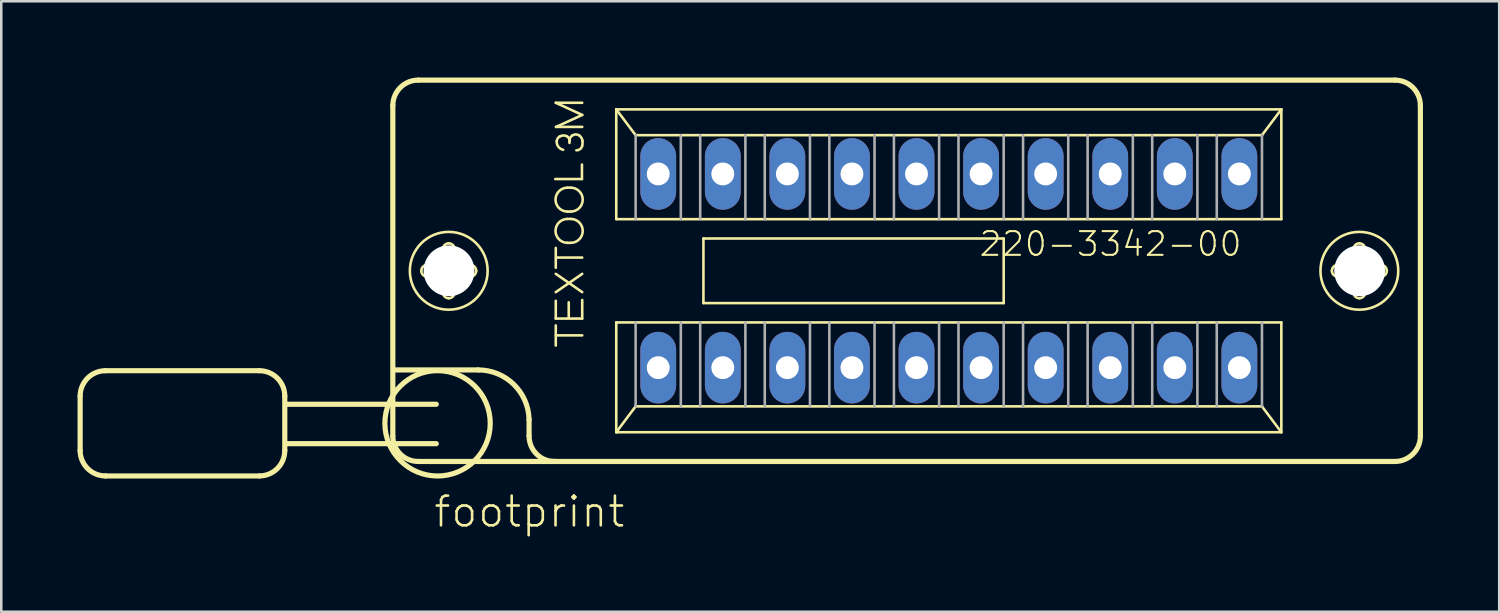
<source format=kicad_pcb>
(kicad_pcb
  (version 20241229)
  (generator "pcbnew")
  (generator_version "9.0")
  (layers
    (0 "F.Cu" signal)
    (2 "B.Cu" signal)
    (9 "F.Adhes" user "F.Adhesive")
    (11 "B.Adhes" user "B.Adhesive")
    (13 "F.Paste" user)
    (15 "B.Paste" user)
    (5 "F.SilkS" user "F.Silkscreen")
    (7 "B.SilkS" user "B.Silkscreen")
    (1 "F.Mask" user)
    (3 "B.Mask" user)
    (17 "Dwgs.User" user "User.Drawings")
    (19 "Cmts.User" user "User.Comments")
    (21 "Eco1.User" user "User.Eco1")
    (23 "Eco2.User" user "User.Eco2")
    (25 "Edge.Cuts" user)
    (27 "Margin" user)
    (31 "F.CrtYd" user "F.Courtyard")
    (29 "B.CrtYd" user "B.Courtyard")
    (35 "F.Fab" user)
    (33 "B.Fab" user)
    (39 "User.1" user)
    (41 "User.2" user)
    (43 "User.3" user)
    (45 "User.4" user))
  (footprint "footprint"
    (layer "F.Cu")
    (at 34.272 7.602)
    (property "Reference" "footprint" (at -20.32 10.16 0) (layer "F.SilkS") (effects (font (size 1.168 1.168) (thickness 0.102)) (justify left bottom)))
    (fp_line (start -34.17 4.93) (end -34.17 7.07) (stroke (width 0.203) (type solid)) (layer "F.SilkS"))
    (fp_line (start -33.17 3.93) (end -27.12 3.93) (stroke (width 0.203) (type solid)) (layer "F.SilkS"))
    (fp_line (start -27.12 8.07) (end -33.17 8.07) (stroke (width 0.203) (type solid)) (layer "F.SilkS"))
    (fp_line (start -26.12 4.93) (end -26.12 7.07) (stroke (width 0.203) (type solid)) (layer "F.SilkS"))
    (fp_line (start -21.87 6.5) (end -21.87 -6.5) (stroke (width 0.203) (type solid)) (layer "F.SilkS"))
    (fp_line (start -21.76 3.9) (end -18.51 3.9) (stroke (width 0.203) (type solid)) (layer "F.SilkS"))
    (fp_line (start -20.87 -7.5) (end 17.55 -7.5) (stroke (width 0.203) (type solid)) (layer "F.SilkS"))
    (fp_line (start -20.52 -0.23) (end -19.97 -0.23) (stroke (width 0.102) (type solid)) (layer "F.SilkS"))
    (fp_line (start -20.16 5.25) (end -26.07 5.25) (stroke (width 0.203) (type solid)) (layer "F.SilkS"))
    (fp_line (start -20.16 6.8) (end -26.07 6.8) (stroke (width 0.203) (type solid)) (layer "F.SilkS"))
    (fp_line (start -19.98 0.23) (end -20.52 0.23) (stroke (width 0.102) (type solid)) (layer "F.SilkS"))
    (fp_line (start -19.9 -0.31) (end -19.9 -0.85) (stroke (width 0.102) (type solid)) (layer "F.SilkS"))
    (fp_line (start -19.9 0.85) (end -19.9 0.3) (stroke (width 0.102) (type solid)) (layer "F.SilkS"))
    (fp_line (start -19.44 -0.85) (end -19.44 -0.3) (stroke (width 0.102) (type solid)) (layer "F.SilkS"))
    (fp_line (start -19.44 0.31) (end -19.44 0.85) (stroke (width 0.102) (type solid)) (layer "F.SilkS"))
    (fp_line (start -19.36 -0.23) (end -18.82 -0.23) (stroke (width 0.102) (type solid)) (layer "F.SilkS"))
    (fp_line (start -18.82 0.23) (end -19.37 0.23) (stroke (width 0.102) (type solid)) (layer "F.SilkS"))
    (fp_line (start -16.51 5.85) (end -16.51 6.5) (stroke (width 0.203) (type solid)) (layer "F.SilkS"))
    (fp_line (start -15.48 -3.61) (end -14.43 -3.61) (stroke (width 0.102) (type solid)) (layer "F.SilkS"))
    (fp_line (start -15.46 -6.61) (end -14.42 -6.61) (stroke (width 0.102) (type solid)) (layer "F.SilkS"))
    (fp_line (start -15.46 -0.12) (end -15.46 -0.9) (stroke (width 0.102) (type solid)) (layer "F.SilkS"))
    (fp_line (start -15.46 0.12) (end -14.42 0.84) (stroke (width 0.102) (type solid)) (layer "F.SilkS"))
    (fp_line (start -15.46 0.84) (end -14.42 0.12) (stroke (width 0.102) (type solid)) (layer "F.SilkS"))
    (fp_line (start -15.46 1.18) (end -15.46 1.88) (stroke (width 0.102) (type solid)) (layer "F.SilkS"))
    (fp_line (start -15.46 1.88) (end -14.42 1.88) (stroke (width 0.102) (type solid)) (layer "F.SilkS"))
    (fp_line (start -15.46 2.94) (end -15.46 2.15) (stroke (width 0.102) (type solid)) (layer "F.SilkS"))
    (fp_line (start -15.45 -5.66) (end -14.42 -6.13) (stroke (width 0.102) (type solid)) (layer "F.SilkS"))
    (fp_line (start -15.45 2.54) (end -14.42 2.54) (stroke (width 0.102) (type solid)) (layer "F.SilkS"))
    (fp_line (start -15.44 -0.52) (end -14.42 -0.52) (stroke (width 0.102) (type solid)) (layer "F.SilkS"))
    (fp_line (start -15 -3.27) (end -14.87 -3.27) (stroke (width 0.102) (type solid)) (layer "F.SilkS"))
    (fp_line (start -15 -2.33) (end -14.87 -2.33) (stroke (width 0.102) (type solid)) (layer "F.SilkS"))
    (fp_line (start -15 -2.04) (end -14.87 -2.04) (stroke (width 0.102) (type solid)) (layer "F.SilkS"))
    (fp_line (start -15 -1.1) (end -14.87 -1.1) (stroke (width 0.102) (type solid)) (layer "F.SilkS"))
    (fp_line (start -14.95 1.24) (end -14.95 1.84) (stroke (width 0.102) (type solid)) (layer "F.SilkS"))
    (fp_line (start -14.92 -5.03) (end -14.92 -5.12) (stroke (width 0.102) (type solid)) (layer "F.SilkS"))
    (fp_line (start -14.43 -3.61) (end -14.43 -4.18) (stroke (width 0.102) (type solid)) (layer "F.SilkS"))
    (fp_line (start -14.42 -6.13) (end -15.46 -6.61) (stroke (width 0.102) (type solid)) (layer "F.SilkS"))
    (fp_line (start -14.42 -5.66) (end -15.45 -5.66) (stroke (width 0.102) (type solid)) (layer "F.SilkS"))
    (fp_line (start -14.42 1.88) (end -14.42 1.15) (stroke (width 0.102) (type solid)) (layer "F.SilkS"))
    (fp_line (start -13.081 -6.35) (end 13.081 -6.35) (stroke (width 0.102) (type solid)) (layer "F.SilkS"))
    (fp_line (start -13.081 -2.032) (end -13.081 -6.35) (stroke (width 0.102) (type solid)) (layer "F.SilkS"))
    (fp_line (start -13.081 2.032) (end 13.081 2.032) (stroke (width 0.102) (type solid)) (layer "F.SilkS"))
    (fp_line (start -13.081 6.35) (end -13.081 2.032) (stroke (width 0.102) (type solid)) (layer "F.SilkS"))
    (fp_line (start -13.081 6.35) (end -12.319 5.334) (stroke (width 0.102) (type solid)) (layer "F.SilkS"))
    (fp_line (start -12.319 -5.334) (end -13.081 -6.35) (stroke (width 0.102) (type solid)) (layer "F.SilkS"))
    (fp_line (start -12.319 5.334) (end 12.319 5.334) (stroke (width 0.102) (type solid)) (layer "F.SilkS"))
    (fp_line (start -9.652 -1.27) (end 2.159 -1.27) (stroke (width 0.102) (type solid)) (layer "F.SilkS"))
    (fp_line (start -9.652 1.27) (end -9.652 -1.27) (stroke (width 0.102) (type solid)) (layer "F.SilkS"))
    (fp_line (start 2.159 -1.27) (end 2.159 1.27) (stroke (width 0.102) (type solid)) (layer "F.SilkS"))
    (fp_line (start 2.159 1.27) (end -9.652 1.27) (stroke (width 0.102) (type solid)) (layer "F.SilkS"))
    (fp_line (start 12.319 -5.334) (end -12.319 -5.334) (stroke (width 0.102) (type solid)) (layer "F.SilkS"))
    (fp_line (start 12.319 5.334) (end 13.081 6.35) (stroke (width 0.102) (type solid)) (layer "F.SilkS"))
    (fp_line (start 13.081 -6.35) (end 12.319 -5.334) (stroke (width 0.102) (type solid)) (layer "F.SilkS"))
    (fp_line (start 13.081 -6.35) (end 13.081 -2.032) (stroke (width 0.102) (type solid)) (layer "F.SilkS"))
    (fp_line (start 13.081 -2.032) (end -13.081 -2.032) (stroke (width 0.102) (type solid)) (layer "F.SilkS"))
    (fp_line (start 13.081 2.032) (end 13.081 6.35) (stroke (width 0.102) (type solid)) (layer "F.SilkS"))
    (fp_line (start 13.081 6.35) (end -13.081 6.35) (stroke (width 0.102) (type solid)) (layer "F.SilkS"))
    (fp_line (start 15.3 -0.23) (end 15.85 -0.23) (stroke (width 0.102) (type solid)) (layer "F.SilkS"))
    (fp_line (start 15.84 0.23) (end 15.3 0.23) (stroke (width 0.102) (type solid)) (layer "F.SilkS"))
    (fp_line (start 15.92 -0.31) (end 15.92 -0.85) (stroke (width 0.102) (type solid)) (layer "F.SilkS"))
    (fp_line (start 15.92 0.85) (end 15.92 0.3) (stroke (width 0.102) (type solid)) (layer "F.SilkS"))
    (fp_line (start 16.38 -0.85) (end 16.38 -0.3) (stroke (width 0.102) (type solid)) (layer "F.SilkS"))
    (fp_line (start 16.38 0.31) (end 16.38 0.85) (stroke (width 0.102) (type solid)) (layer "F.SilkS"))
    (fp_line (start 16.46 -0.23) (end 17 -0.23) (stroke (width 0.102) (type solid)) (layer "F.SilkS"))
    (fp_line (start 17 0.23) (end 16.45 0.23) (stroke (width 0.102) (type solid)) (layer "F.SilkS"))
    (fp_line (start 17.55 7.5) (end -20.87 7.5) (stroke (width 0.203) (type solid)) (layer "F.SilkS"))
    (fp_line (start 18.55 -6.5) (end 18.55 6.5) (stroke (width 0.203) (type solid)) (layer "F.SilkS"))
    (fp_arc (start -34.17 4.93) (mid -33.877107 4.222893) (end -33.17 3.93) (stroke (width 0.2032) (type solid)) (layer "F.SilkS"))
    (fp_arc (start -33.17 8.07) (mid -33.877107 7.777107) (end -34.17 7.07) (stroke (width 0.2032) (type solid)) (layer "F.SilkS"))
    (fp_arc (start -27.12 3.93) (mid -26.412893 4.222893) (end -26.12 4.93) (stroke (width 0.2032) (type solid)) (layer "F.SilkS"))
    (fp_arc (start -26.12 7.07) (mid -26.412893 7.777107) (end -27.12 8.07) (stroke (width 0.2032) (type solid)) (layer "F.SilkS"))
    (fp_arc (start -21.87 -6.5) (mid -21.577107 -7.207107) (end -20.87 -7.5) (stroke (width 0.2032) (type solid)) (layer "F.SilkS"))
    (fp_arc (start -20.87 7.5) (mid -21.577107 7.207107) (end -21.87 6.5) (stroke (width 0.2032) (type solid)) (layer "F.SilkS"))
    (fp_arc (start -20.75 0) (mid -20.682635 -0.162635) (end -20.52 -0.23) (stroke (width 0.1016) (type solid)) (layer "F.SilkS"))
    (fp_arc (start -20.52 0.23) (mid -20.682635 0.162635) (end -20.75 0) (stroke (width 0.1016) (type solid)) (layer "F.SilkS"))
    (fp_arc (start -19.98 0.23) (mid -19.930503 0.250503) (end -19.91 0.3) (stroke (width 0.1016) (type solid)) (layer "F.SilkS"))
    (fp_arc (start -19.9 -0.85) (mid -19.832635 -1.012635) (end -19.67 -1.08) (stroke (width 0.1016) (type solid)) (layer "F.SilkS"))
    (fp_arc (start -19.9 -0.3) (mid -19.920503 -0.250503) (end -19.97 -0.23) (stroke (width 0.1016) (type solid)) (layer "F.SilkS"))
    (fp_arc (start -19.67 -1.08) (mid -19.507365 -1.012635) (end -19.44 -0.85) (stroke (width 0.1016) (type solid)) (layer "F.SilkS"))
    (fp_arc (start -19.67 1.08) (mid -19.832635 1.012635) (end -19.9 0.85) (stroke (width 0.1016) (type solid)) (layer "F.SilkS"))
    (fp_arc (start -19.44 0.3) (mid -19.419497 0.250503) (end -19.37 0.23) (stroke (width 0.1016) (type solid)) (layer "F.SilkS"))
    (fp_arc (start -19.44 0.85) (mid -19.507365 1.012635) (end -19.67 1.08) (stroke (width 0.1016) (type solid)) (layer "F.SilkS"))
    (fp_arc (start -19.37 -0.23) (mid -19.419497 -0.250503) (end -19.44 -0.3) (stroke (width 0.1016) (type solid)) (layer "F.SilkS"))
    (fp_arc (start -18.82 -0.23) (mid -18.657365 -0.162635) (end -18.59 0) (stroke (width 0.1016) (type solid)) (layer "F.SilkS"))
    (fp_arc (start -18.59 0) (mid -18.657365 0.162635) (end -18.82 0.23) (stroke (width 0.1016) (type solid)) (layer "F.SilkS"))
    (fp_arc (start -18.51 3.9) (mid -17.113341 4.468169) (end -16.51 5.849998) (stroke (width 0.2032) (type solid)) (layer "F.SilkS"))
    (fp_arc (start -15.459998 7.499999) (mid -16.199284 7.225) (end -16.51 6.5) (stroke (width 0.2032) (type solid)) (layer "F.SilkS"))
    (fp_arc (start -15.42 -5.109999) (mid -15.384621 -5.207696) (end -15.31 -5.28) (stroke (width 0.1016) (type solid)) (layer "F.SilkS"))
    (fp_arc (start -15.31 -5.28) (mid -15.177382 -5.322157) (end -15.04 -5.3) (stroke (width 0.1016) (type solid)) (layer "F.SilkS"))
    (fp_arc (start -15.170001 -4.759999) (mid -15.36297 -4.88645) (end -15.42 -5.11) (stroke (width 0.1016) (type solid)) (layer "F.SilkS"))
    (fp_arc (start -15.040001 -5.299999) (mid -14.952751 -5.228166) (end -14.92 -5.12) (stroke (width 0.1016) (type solid)) (layer "F.SilkS"))
    (fp_arc (start -15 -2.33) (mid -15.47 -2.8) (end -15 -3.27) (stroke (width 0.1016) (type solid)) (layer "F.SilkS"))
    (fp_arc (start -15 -1.1) (mid -15.47 -1.57) (end -15 -2.04) (stroke (width 0.1016) (type solid)) (layer "F.SilkS"))
    (fp_arc (start -14.92 -5.12) (mid -14.88789 -5.240938) (end -14.799999 -5.330001) (stroke (width 0.1016) (type solid)) (layer "F.SilkS"))
    (fp_arc (start -14.87 -3.27) (mid -14.4 -2.8) (end -14.87 -2.33) (stroke (width 0.1016) (type solid)) (layer "F.SilkS"))
    (fp_arc (start -14.87 -2.04) (mid -14.4 -1.57) (end -14.87 -1.1) (stroke (width 0.1016) (type solid)) (layer "F.SilkS"))
    (fp_arc (start -14.8 -5.33) (mid -14.656885 -5.363595) (end -14.519999 -5.309999) (stroke (width 0.1016) (type solid)) (layer "F.SilkS"))
    (fp_arc (start -14.52 -5.31) (mid -14.445084 -5.220954) (end -14.41 -5.110001) (stroke (width 0.1016) (type solid)) (layer "F.SilkS"))
    (fp_arc (start -14.42 -4.92) (mid -14.502524 -4.788503) (end -14.65 -4.740001) (stroke (width 0.1016) (type solid)) (layer "F.SilkS"))
    (fp_arc (start -14.41 -5.11) (mid -14.407277 -5.014593) (end -14.42 -4.92) (stroke (width 0.1016) (type solid)) (layer "F.SilkS"))
    (fp_arc (start 15.07 0) (mid 15.137365 -0.162635) (end 15.3 -0.23) (stroke (width 0.1016) (type solid)) (layer "F.SilkS"))
    (fp_arc (start 15.3 0.23) (mid 15.137365 0.162635) (end 15.07 0) (stroke (width 0.1016) (type solid)) (layer "F.SilkS"))
    (fp_arc (start 15.84 0.23) (mid 15.889497 0.250503) (end 15.91 0.3) (stroke (width 0.1016) (type solid)) (layer "F.SilkS"))
    (fp_arc (start 15.92 -0.85) (mid 15.987365 -1.012635) (end 16.15 -1.08) (stroke (width 0.1016) (type solid)) (layer "F.SilkS"))
    (fp_arc (start 15.92 -0.3) (mid 15.899497 -0.250503) (end 15.85 -0.23) (stroke (width 0.1016) (type solid)) (layer "F.SilkS"))
    (fp_arc (start 16.15 -1.08) (mid 16.312635 -1.012635) (end 16.38 -0.85) (stroke (width 0.1016) (type solid)) (layer "F.SilkS"))
    (fp_arc (start 16.15 1.08) (mid 15.987365 1.012635) (end 15.92 0.85) (stroke (width 0.1016) (type solid)) (layer "F.SilkS"))
    (fp_arc (start 16.38 0.3) (mid 16.400503 0.250503) (end 16.45 0.23) (stroke (width 0.1016) (type solid)) (layer "F.SilkS"))
    (fp_arc (start 16.38 0.85) (mid 16.312635 1.012635) (end 16.15 1.08) (stroke (width 0.1016) (type solid)) (layer "F.SilkS"))
    (fp_arc (start 16.45 -0.23) (mid 16.400503 -0.250503) (end 16.38 -0.3) (stroke (width 0.1016) (type solid)) (layer "F.SilkS"))
    (fp_arc (start 17 -0.23) (mid 17.162635 -0.162635) (end 17.23 0) (stroke (width 0.1016) (type solid)) (layer "F.SilkS"))
    (fp_arc (start 17.23 0) (mid 17.162635 0.162635) (end 17 0.23) (stroke (width 0.1016) (type solid)) (layer "F.SilkS"))
    (fp_arc (start 17.55 -7.5) (mid 18.257107 -7.207107) (end 18.55 -6.5) (stroke (width 0.2032) (type solid)) (layer "F.SilkS"))
    (fp_arc (start 18.55 6.5) (mid 18.257107 7.207107) (end 17.55 7.5) (stroke (width 0.2032) (type solid)) (layer "F.SilkS"))
    (fp_circle (center -20.11 6) (end -18.038 6) (stroke (width 0.203) (type solid)) (fill no) (layer "F.SilkS"))
    (fp_circle (center -19.67 0) (end -18.14 0) (stroke (width 0.102) (type solid)) (fill no) (layer "F.SilkS"))
    (fp_circle (center 16.15 0) (end 17.68 0) (stroke (width 0.102) (type solid)) (fill no) (layer "F.SilkS"))
    (fp_line (start -12.319 -5.334) (end -12.319 -2.032) (stroke (width 0.102) (type solid)) (layer "F.Fab"))
    (fp_line (start -12.319 2.032) (end -12.319 5.334) (stroke (width 0.102) (type solid)) (layer "F.Fab"))
    (fp_line (start -10.541 -2.032) (end -10.541 -5.334) (stroke (width 0.102) (type solid)) (layer "F.Fab"))
    (fp_line (start -10.541 2.032) (end -10.541 5.334) (stroke (width 0.102) (type solid)) (layer "F.Fab"))
    (fp_line (start -9.779 -2.032) (end -9.779 -5.334) (stroke (width 0.102) (type solid)) (layer "F.Fab"))
    (fp_line (start -9.779 2.032) (end -9.779 5.334) (stroke (width 0.102) (type solid)) (layer "F.Fab"))
    (fp_line (start -8.001 -2.032) (end -8.001 -5.334) (stroke (width 0.102) (type solid)) (layer "F.Fab"))
    (fp_line (start -8.001 2.032) (end -8.001 5.334) (stroke (width 0.102) (type solid)) (layer "F.Fab"))
    (fp_line (start -7.239 -2.032) (end -7.239 -5.334) (stroke (width 0.102) (type solid)) (layer "F.Fab"))
    (fp_line (start -7.239 2.032) (end -7.239 5.334) (stroke (width 0.102) (type solid)) (layer "F.Fab"))
    (fp_line (start -5.461 -2.032) (end -5.461 -5.334) (stroke (width 0.102) (type solid)) (layer "F.Fab"))
    (fp_line (start -5.461 2.032) (end -5.461 5.334) (stroke (width 0.102) (type solid)) (layer "F.Fab"))
    (fp_line (start -4.699 -2.032) (end -4.699 -5.334) (stroke (width 0.102) (type solid)) (layer "F.Fab"))
    (fp_line (start -4.699 2.032) (end -4.699 5.334) (stroke (width 0.102) (type solid)) (layer "F.Fab"))
    (fp_line (start -2.921 -2.032) (end -2.921 -5.334) (stroke (width 0.102) (type solid)) (layer "F.Fab"))
    (fp_line (start -2.921 2.032) (end -2.921 5.334) (stroke (width 0.102) (type solid)) (layer "F.Fab"))
    (fp_line (start -2.159 -2.032) (end -2.159 -5.334) (stroke (width 0.102) (type solid)) (layer "F.Fab"))
    (fp_line (start -2.159 2.032) (end -2.159 5.334) (stroke (width 0.102) (type solid)) (layer "F.Fab"))
    (fp_line (start -0.381 -2.032) (end -0.381 -5.334) (stroke (width 0.102) (type solid)) (layer "F.Fab"))
    (fp_line (start -0.381 2.032) (end -0.381 5.334) (stroke (width 0.102) (type solid)) (layer "F.Fab"))
    (fp_line (start 0.381 -2.032) (end 0.381 -5.334) (stroke (width 0.102) (type solid)) (layer "F.Fab"))
    (fp_line (start 0.381 2.032) (end 0.381 5.334) (stroke (width 0.102) (type solid)) (layer "F.Fab"))
    (fp_line (start 2.159 -2.032) (end 2.159 -5.334) (stroke (width 0.102) (type solid)) (layer "F.Fab"))
    (fp_line (start 2.159 2.032) (end 2.159 5.334) (stroke (width 0.102) (type solid)) (layer "F.Fab"))
    (fp_line (start 2.921 -2.032) (end 2.921 -5.334) (stroke (width 0.102) (type solid)) (layer "F.Fab"))
    (fp_line (start 2.921 2.032) (end 2.921 5.334) (stroke (width 0.102) (type solid)) (layer "F.Fab"))
    (fp_line (start 4.699 -2.032) (end 4.699 -5.334) (stroke (width 0.102) (type solid)) (layer "F.Fab"))
    (fp_line (start 4.699 2.032) (end 4.699 5.334) (stroke (width 0.102) (type solid)) (layer "F.Fab"))
    (fp_line (start 5.461 -2.032) (end 5.461 -5.334) (stroke (width 0.102) (type solid)) (layer "F.Fab"))
    (fp_line (start 5.461 2.032) (end 5.461 5.334) (stroke (width 0.102) (type solid)) (layer "F.Fab"))
    (fp_line (start 7.239 -2.032) (end 7.239 -5.334) (stroke (width 0.102) (type solid)) (layer "F.Fab"))
    (fp_line (start 7.239 2.032) (end 7.239 5.334) (stroke (width 0.102) (type solid)) (layer "F.Fab"))
    (fp_line (start 8.001 -2.032) (end 8.001 -5.334) (stroke (width 0.102) (type solid)) (layer "F.Fab"))
    (fp_line (start 8.001 2.032) (end 8.001 5.334) (stroke (width 0.102) (type solid)) (layer "F.Fab"))
    (fp_line (start 9.779 -2.032) (end 9.779 -5.334) (stroke (width 0.102) (type solid)) (layer "F.Fab"))
    (fp_line (start 9.779 2.032) (end 9.779 5.334) (stroke (width 0.102) (type solid)) (layer "F.Fab"))
    (fp_line (start 10.541 -2.032) (end 10.541 -5.334) (stroke (width 0.102) (type solid)) (layer "F.Fab"))
    (fp_line (start 10.541 2.032) (end 10.541 5.334) (stroke (width 0.102) (type solid)) (layer "F.Fab"))
    (fp_line (start 12.319 -2.032) (end 12.319 -5.334) (stroke (width 0.102) (type solid)) (layer "F.Fab"))
    (fp_line (start 12.319 5.334) (end 12.319 2.032) (stroke (width 0.102) (type solid)) (layer "F.Fab"))
    (fp_text user "220-3342-00" (at 1.143 -0.508 180) (layer "F.SilkS") (effects (font (size 0.935 0.935) (thickness 0.081)) (justify left bottom)))
    (pad "" np_thru_hole circle (at -19.66 0) (size 2 2) (drill 2) (layers "*.Cu" "*.Mask"))
    (pad "" np_thru_hole circle (at 16.16 0) (size 2 2) (drill 2) (layers "*.Cu" "*.Mask"))
    (pad "1" thru_hole oval (at -11.43 3.81 90) (size 2.816 1.408) (drill 0.9) (layers "*.Cu" "*.Mask"))
    (pad "2" thru_hole oval (at -8.89 3.81 90) (size 2.816 1.408) (drill 0.9) (layers "*.Cu" "*.Mask"))
    (pad "3" thru_hole oval (at -6.35 3.81 90) (size 2.816 1.408) (drill 0.9) (layers "*.Cu" "*.Mask"))
    (pad "4" thru_hole oval (at -3.81 3.81 90) (size 2.816 1.408) (drill 0.9) (layers "*.Cu" "*.Mask"))
    (pad "5" thru_hole oval (at -1.27 3.81 90) (size 2.816 1.408) (drill 0.9) (layers "*.Cu" "*.Mask"))
    (pad "6" thru_hole oval (at 1.27 3.81 90) (size 2.816 1.408) (drill 0.9) (layers "*.Cu" "*.Mask"))
    (pad "7" thru_hole oval (at 3.81 3.81 90) (size 2.816 1.408) (drill 0.9) (layers "*.Cu" "*.Mask"))
    (pad "8" thru_hole oval (at 6.35 3.81 90) (size 2.816 1.408) (drill 0.9) (layers "*.Cu" "*.Mask"))
    (pad "9" thru_hole oval (at 8.89 3.81 90) (size 2.816 1.408) (drill 0.9) (layers "*.Cu" "*.Mask"))
    (pad "10" thru_hole oval (at 11.43 3.81 90) (size 2.816 1.408) (drill 0.9) (layers "*.Cu" "*.Mask"))
    (pad "11" thru_hole oval (at 11.43 -3.81 90) (size 2.816 1.408) (drill 0.9) (layers "*.Cu" "*.Mask"))
    (pad "12" thru_hole oval (at 8.89 -3.81 90) (size 2.816 1.408) (drill 0.9) (layers "*.Cu" "*.Mask"))
    (pad "13" thru_hole oval (at 6.35 -3.81 90) (size 2.816 1.408) (drill 0.9) (layers "*.Cu" "*.Mask"))
    (pad "14" thru_hole oval (at 3.81 -3.81 90) (size 2.816 1.408) (drill 0.9) (layers "*.Cu" "*.Mask"))
    (pad "15" thru_hole oval (at 1.27 -3.81 90) (size 2.816 1.408) (drill 0.9) (layers "*.Cu" "*.Mask"))
    (pad "16" thru_hole oval (at -1.27 -3.81 90) (size 2.816 1.408) (drill 0.9) (layers "*.Cu" "*.Mask"))
    (pad "17" thru_hole oval (at -3.81 -3.81 90) (size 2.816 1.408) (drill 0.9) (layers "*.Cu" "*.Mask"))
    (pad "18" thru_hole oval (at -6.35 -3.81 90) (size 2.816 1.408) (drill 0.9) (layers "*.Cu" "*.Mask"))
    (pad "19" thru_hole oval (at -8.89 -3.81 90) (size 2.816 1.408) (drill 0.9) (layers "*.Cu" "*.Mask"))
    (pad "20" thru_hole oval (at -11.43 -3.81 90) (size 2.816 1.408) (drill 0.9) (layers "*.Cu" "*.Mask")))
  (gr_rect
    (start -3 -3)
    (end 55.923 21.012)
    (stroke (width 0.1) (type default))
    (fill no)
    (layer "Edge.Cuts")))
</source>
